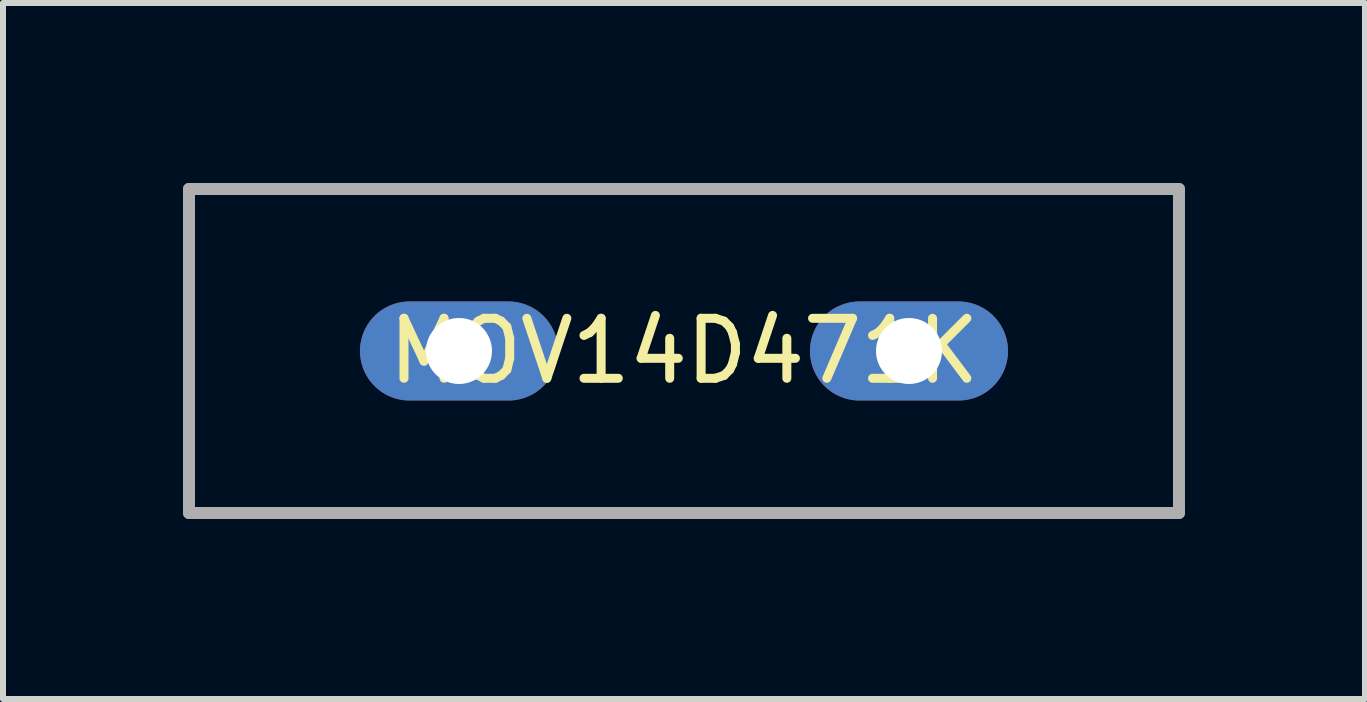
<source format=kicad_pcb>
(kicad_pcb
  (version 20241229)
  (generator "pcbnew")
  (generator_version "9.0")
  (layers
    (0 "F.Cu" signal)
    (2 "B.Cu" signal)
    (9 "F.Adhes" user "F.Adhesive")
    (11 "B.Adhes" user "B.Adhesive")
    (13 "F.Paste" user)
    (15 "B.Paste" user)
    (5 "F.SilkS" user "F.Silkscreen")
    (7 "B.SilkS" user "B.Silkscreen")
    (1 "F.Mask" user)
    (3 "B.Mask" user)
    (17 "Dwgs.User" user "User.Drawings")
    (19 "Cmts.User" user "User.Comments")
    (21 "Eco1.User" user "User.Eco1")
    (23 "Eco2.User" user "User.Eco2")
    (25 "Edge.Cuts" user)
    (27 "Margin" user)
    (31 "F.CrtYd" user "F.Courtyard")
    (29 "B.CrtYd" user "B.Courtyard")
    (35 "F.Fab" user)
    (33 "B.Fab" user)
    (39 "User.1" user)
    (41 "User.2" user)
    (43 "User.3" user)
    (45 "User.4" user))
  (footprint "MOV14D471K"
    (layer "F.Cu")
    (at 8.35 2.8)
    (property "Reference" "MOV14D471K" (at 0 0 0) (layer "F.SilkS") (effects (font (size 1 1) (thickness 0.15))))
    (attr through_hole)
    (fp_line (start -8.25 -2.7) (end 8.25 -2.7) (stroke (width 0.1) (type solid)) (layer "F.SilkS"))
    (fp_line (start -8.25 2.7) (end -8.25 -2.7) (stroke (width 0.1) (type solid)) (layer "F.SilkS"))
    (fp_line (start 8.25 -2.7) (end 8.25 2.7) (stroke (width 0.1) (type solid)) (layer "F.SilkS"))
    (fp_line (start 8.25 2.7) (end -8.25 2.7) (stroke (width 0.1) (type solid)) (layer "F.SilkS"))
    (fp_line (start -8.25 -2.7) (end 8.25 -2.7) (stroke (width 0.2) (type solid)) (layer "F.Fab"))
    (fp_line (start -8.25 2.7) (end -8.25 -2.7) (stroke (width 0.2) (type solid)) (layer "F.Fab"))
    (fp_line (start 8.25 -2.7) (end 8.25 2.7) (stroke (width 0.2) (type solid)) (layer "F.Fab"))
    (fp_line (start 8.25 2.7) (end -8.25 2.7) (stroke (width 0.2) (type solid)) (layer "F.Fab"))
    (pad "1" thru_hole oval (at -3.75 0) (size 3.3 1.65) (drill 1.1) (layers "*.Cu" "*.Mask"))
    (pad "2" thru_hole oval (at 3.75 0) (size 3.3 1.65) (drill 1.1) (layers "*.Cu" "*.Mask")))
  (gr_rect
    (start -3 -3)
    (end 19.7 8.6)
    (stroke (width 0.1) (type default))
    (fill no)
    (layer "Edge.Cuts")))
</source>
